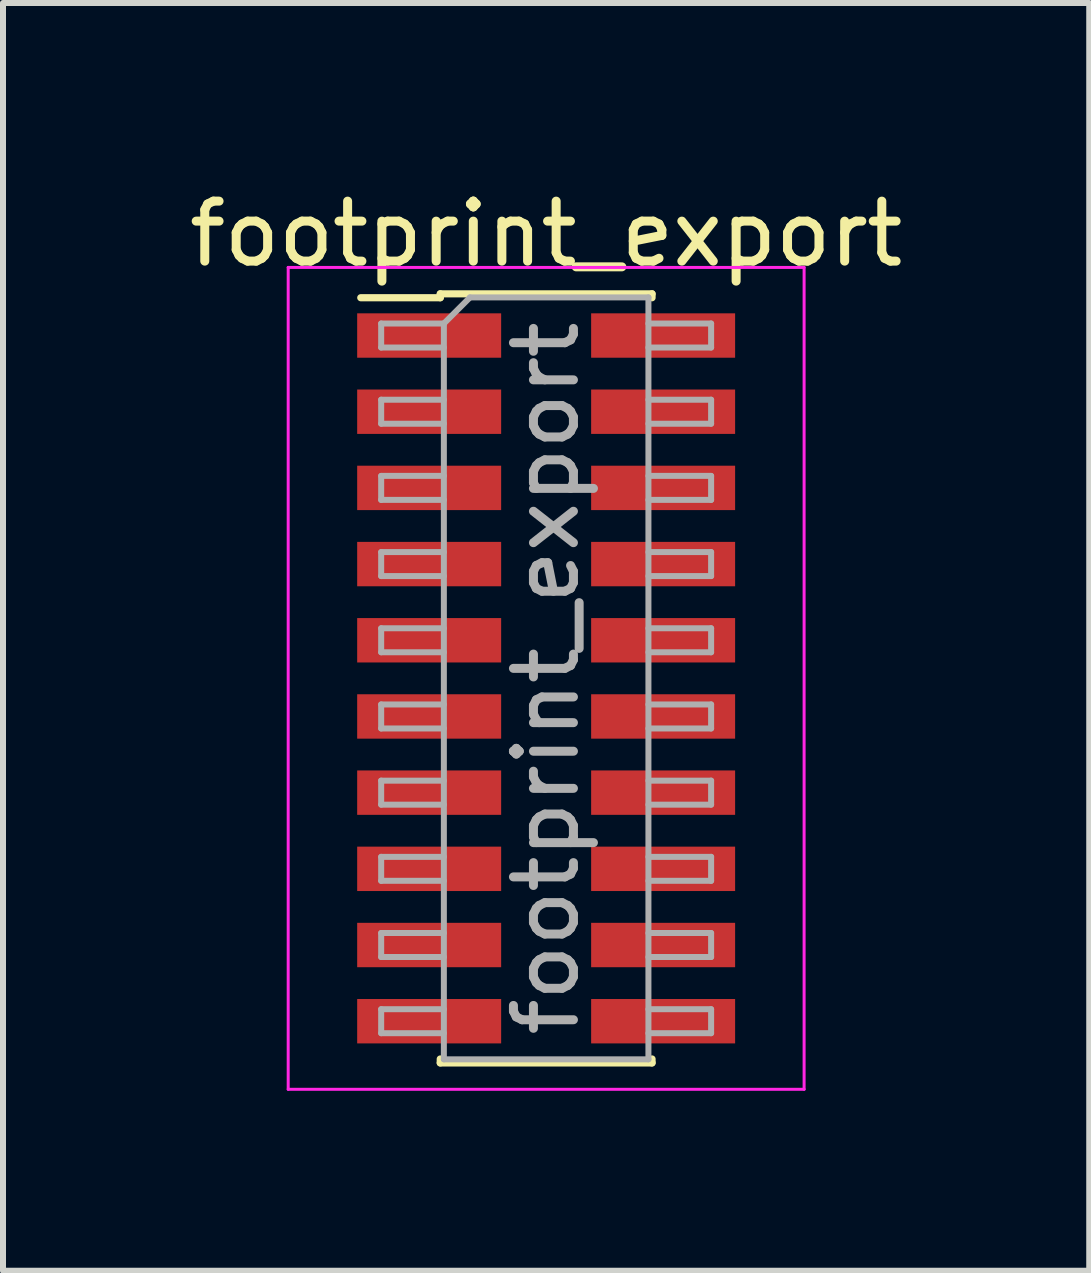
<source format=kicad_pcb>
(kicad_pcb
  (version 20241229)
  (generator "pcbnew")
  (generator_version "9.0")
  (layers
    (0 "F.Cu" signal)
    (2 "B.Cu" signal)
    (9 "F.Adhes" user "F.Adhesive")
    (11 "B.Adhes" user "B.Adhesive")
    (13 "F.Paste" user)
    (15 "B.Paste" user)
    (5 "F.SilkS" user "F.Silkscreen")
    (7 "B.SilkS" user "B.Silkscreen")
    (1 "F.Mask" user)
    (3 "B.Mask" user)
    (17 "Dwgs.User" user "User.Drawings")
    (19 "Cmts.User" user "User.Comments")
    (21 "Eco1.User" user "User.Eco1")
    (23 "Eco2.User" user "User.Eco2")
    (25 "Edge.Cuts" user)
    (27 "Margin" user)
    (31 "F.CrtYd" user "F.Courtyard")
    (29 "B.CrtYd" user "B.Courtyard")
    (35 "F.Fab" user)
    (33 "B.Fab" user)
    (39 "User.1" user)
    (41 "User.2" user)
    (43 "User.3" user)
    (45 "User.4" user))
  (footprint "footprint_export"
    (layer "F.Cu")
    (at 6.054 8.258)
    (property "Reference" "footprint_export" (at 0 -7.41 0) (layer "F.SilkS") (effects (font (size 1 1) (thickness 0.15))))
    (attr smd)
    (fp_line (start -3.09 -6.345) (end -1.765 -6.345) (stroke (width 0.12) (type solid)) (layer "F.SilkS"))
    (fp_line (start -1.765 -6.41) (end -1.765 -6.345) (stroke (width 0.12) (type solid)) (layer "F.SilkS"))
    (fp_line (start -1.765 -6.41) (end 1.765 -6.41) (stroke (width 0.12) (type solid)) (layer "F.SilkS"))
    (fp_line (start -1.765 6.345) (end -1.765 6.41) (stroke (width 0.12) (type solid)) (layer "F.SilkS"))
    (fp_line (start -1.765 6.41) (end 1.765 6.41) (stroke (width 0.12) (type solid)) (layer "F.SilkS"))
    (fp_line (start 1.765 -6.41) (end 1.765 -6.345) (stroke (width 0.12) (type solid)) (layer "F.SilkS"))
    (fp_line (start 1.765 6.345) (end 1.765 6.41) (stroke (width 0.12) (type solid)) (layer "F.SilkS"))
    (fp_line (start -4.3 -6.85) (end -4.3 6.85) (stroke (width 0.05) (type solid)) (layer "F.CrtYd"))
    (fp_line (start -4.3 6.85) (end 4.3 6.85) (stroke (width 0.05) (type solid)) (layer "F.CrtYd"))
    (fp_line (start 4.3 -6.85) (end -4.3 -6.85) (stroke (width 0.05) (type solid)) (layer "F.CrtYd"))
    (fp_line (start 4.3 6.85) (end 4.3 -6.85) (stroke (width 0.05) (type solid)) (layer "F.CrtYd"))
    (fp_line (start -2.75 -5.915) (end -2.75 -5.515) (stroke (width 0.1) (type solid)) (layer "F.Fab"))
    (fp_line (start -2.75 -5.515) (end -1.705 -5.515) (stroke (width 0.1) (type solid)) (layer "F.Fab"))
    (fp_line (start -2.75 -4.645) (end -2.75 -4.245) (stroke (width 0.1) (type solid)) (layer "F.Fab"))
    (fp_line (start -2.75 -4.245) (end -1.705 -4.245) (stroke (width 0.1) (type solid)) (layer "F.Fab"))
    (fp_line (start -2.75 -3.375) (end -2.75 -2.975) (stroke (width 0.1) (type solid)) (layer "F.Fab"))
    (fp_line (start -2.75 -2.975) (end -1.705 -2.975) (stroke (width 0.1) (type solid)) (layer "F.Fab"))
    (fp_line (start -2.75 -2.105) (end -2.75 -1.705) (stroke (width 0.1) (type solid)) (layer "F.Fab"))
    (fp_line (start -2.75 -1.705) (end -1.705 -1.705) (stroke (width 0.1) (type solid)) (layer "F.Fab"))
    (fp_line (start -2.75 -0.835) (end -2.75 -0.435) (stroke (width 0.1) (type solid)) (layer "F.Fab"))
    (fp_line (start -2.75 -0.435) (end -1.705 -0.435) (stroke (width 0.1) (type solid)) (layer "F.Fab"))
    (fp_line (start -2.75 0.435) (end -2.75 0.835) (stroke (width 0.1) (type solid)) (layer "F.Fab"))
    (fp_line (start -2.75 0.835) (end -1.705 0.835) (stroke (width 0.1) (type solid)) (layer "F.Fab"))
    (fp_line (start -2.75 1.705) (end -2.75 2.105) (stroke (width 0.1) (type solid)) (layer "F.Fab"))
    (fp_line (start -2.75 2.105) (end -1.705 2.105) (stroke (width 0.1) (type solid)) (layer "F.Fab"))
    (fp_line (start -2.75 2.975) (end -2.75 3.375) (stroke (width 0.1) (type solid)) (layer "F.Fab"))
    (fp_line (start -2.75 3.375) (end -1.705 3.375) (stroke (width 0.1) (type solid)) (layer "F.Fab"))
    (fp_line (start -2.75 4.245) (end -2.75 4.645) (stroke (width 0.1) (type solid)) (layer "F.Fab"))
    (fp_line (start -2.75 4.645) (end -1.705 4.645) (stroke (width 0.1) (type solid)) (layer "F.Fab"))
    (fp_line (start -2.75 5.515) (end -2.75 5.915) (stroke (width 0.1) (type solid)) (layer "F.Fab"))
    (fp_line (start -2.75 5.915) (end -1.705 5.915) (stroke (width 0.1) (type solid)) (layer "F.Fab"))
    (fp_line (start -1.705 -5.915) (end -2.75 -5.915) (stroke (width 0.1) (type solid)) (layer "F.Fab"))
    (fp_line (start -1.705 -5.915) (end -1.27 -6.35) (stroke (width 0.1) (type solid)) (layer "F.Fab"))
    (fp_line (start -1.705 -4.645) (end -2.75 -4.645) (stroke (width 0.1) (type solid)) (layer "F.Fab"))
    (fp_line (start -1.705 -3.375) (end -2.75 -3.375) (stroke (width 0.1) (type solid)) (layer "F.Fab"))
    (fp_line (start -1.705 -2.105) (end -2.75 -2.105) (stroke (width 0.1) (type solid)) (layer "F.Fab"))
    (fp_line (start -1.705 -0.835) (end -2.75 -0.835) (stroke (width 0.1) (type solid)) (layer "F.Fab"))
    (fp_line (start -1.705 0.435) (end -2.75 0.435) (stroke (width 0.1) (type solid)) (layer "F.Fab"))
    (fp_line (start -1.705 1.705) (end -2.75 1.705) (stroke (width 0.1) (type solid)) (layer "F.Fab"))
    (fp_line (start -1.705 2.975) (end -2.75 2.975) (stroke (width 0.1) (type solid)) (layer "F.Fab"))
    (fp_line (start -1.705 4.245) (end -2.75 4.245) (stroke (width 0.1) (type solid)) (layer "F.Fab"))
    (fp_line (start -1.705 5.515) (end -2.75 5.515) (stroke (width 0.1) (type solid)) (layer "F.Fab"))
    (fp_line (start -1.705 6.35) (end -1.705 -5.915) (stroke (width 0.1) (type solid)) (layer "F.Fab"))
    (fp_line (start -1.27 -6.35) (end 1.705 -6.35) (stroke (width 0.1) (type solid)) (layer "F.Fab"))
    (fp_line (start 1.705 -6.35) (end 1.705 6.35) (stroke (width 0.1) (type solid)) (layer "F.Fab"))
    (fp_line (start 1.705 -5.915) (end 2.75 -5.915) (stroke (width 0.1) (type solid)) (layer "F.Fab"))
    (fp_line (start 1.705 -4.645) (end 2.75 -4.645) (stroke (width 0.1) (type solid)) (layer "F.Fab"))
    (fp_line (start 1.705 -3.375) (end 2.75 -3.375) (stroke (width 0.1) (type solid)) (layer "F.Fab"))
    (fp_line (start 1.705 -2.105) (end 2.75 -2.105) (stroke (width 0.1) (type solid)) (layer "F.Fab"))
    (fp_line (start 1.705 -0.835) (end 2.75 -0.835) (stroke (width 0.1) (type solid)) (layer "F.Fab"))
    (fp_line (start 1.705 0.435) (end 2.75 0.435) (stroke (width 0.1) (type solid)) (layer "F.Fab"))
    (fp_line (start 1.705 1.705) (end 2.75 1.705) (stroke (width 0.1) (type solid)) (layer "F.Fab"))
    (fp_line (start 1.705 2.975) (end 2.75 2.975) (stroke (width 0.1) (type solid)) (layer "F.Fab"))
    (fp_line (start 1.705 4.245) (end 2.75 4.245) (stroke (width 0.1) (type solid)) (layer "F.Fab"))
    (fp_line (start 1.705 5.515) (end 2.75 5.515) (stroke (width 0.1) (type solid)) (layer "F.Fab"))
    (fp_line (start 1.705 6.35) (end -1.705 6.35) (stroke (width 0.1) (type solid)) (layer "F.Fab"))
    (fp_line (start 2.75 -5.915) (end 2.75 -5.515) (stroke (width 0.1) (type solid)) (layer "F.Fab"))
    (fp_line (start 2.75 -5.515) (end 1.705 -5.515) (stroke (width 0.1) (type solid)) (layer "F.Fab"))
    (fp_line (start 2.75 -4.645) (end 2.75 -4.245) (stroke (width 0.1) (type solid)) (layer "F.Fab"))
    (fp_line (start 2.75 -4.245) (end 1.705 -4.245) (stroke (width 0.1) (type solid)) (layer "F.Fab"))
    (fp_line (start 2.75 -3.375) (end 2.75 -2.975) (stroke (width 0.1) (type solid)) (layer "F.Fab"))
    (fp_line (start 2.75 -2.975) (end 1.705 -2.975) (stroke (width 0.1) (type solid)) (layer "F.Fab"))
    (fp_line (start 2.75 -2.105) (end 2.75 -1.705) (stroke (width 0.1) (type solid)) (layer "F.Fab"))
    (fp_line (start 2.75 -1.705) (end 1.705 -1.705) (stroke (width 0.1) (type solid)) (layer "F.Fab"))
    (fp_line (start 2.75 -0.835) (end 2.75 -0.435) (stroke (width 0.1) (type solid)) (layer "F.Fab"))
    (fp_line (start 2.75 -0.435) (end 1.705 -0.435) (stroke (width 0.1) (type solid)) (layer "F.Fab"))
    (fp_line (start 2.75 0.435) (end 2.75 0.835) (stroke (width 0.1) (type solid)) (layer "F.Fab"))
    (fp_line (start 2.75 0.835) (end 1.705 0.835) (stroke (width 0.1) (type solid)) (layer "F.Fab"))
    (fp_line (start 2.75 1.705) (end 2.75 2.105) (stroke (width 0.1) (type solid)) (layer "F.Fab"))
    (fp_line (start 2.75 2.105) (end 1.705 2.105) (stroke (width 0.1) (type solid)) (layer "F.Fab"))
    (fp_line (start 2.75 2.975) (end 2.75 3.375) (stroke (width 0.1) (type solid)) (layer "F.Fab"))
    (fp_line (start 2.75 3.375) (end 1.705 3.375) (stroke (width 0.1) (type solid)) (layer "F.Fab"))
    (fp_line (start 2.75 4.245) (end 2.75 4.645) (stroke (width 0.1) (type solid)) (layer "F.Fab"))
    (fp_line (start 2.75 4.645) (end 1.705 4.645) (stroke (width 0.1) (type solid)) (layer "F.Fab"))
    (fp_line (start 2.75 5.515) (end 2.75 5.915) (stroke (width 0.1) (type solid)) (layer "F.Fab"))
    (fp_line (start 2.75 5.915) (end 1.705 5.915) (stroke (width 0.1) (type solid)) (layer "F.Fab"))
    (fp_text user "${REFERENCE}" (at 0 0 90) (layer "F.Fab") (effects (font (size 1 1) (thickness 0.15))))
    (pad "1" smd rect (at -1.95 -5.715) (size 2.4 0.74) (layers "F.Cu" "F.Mask" "F.Paste"))
    (pad "2" smd rect (at 1.95 -5.715) (size 2.4 0.74) (layers "F.Cu" "F.Mask" "F.Paste"))
    (pad "3" smd rect (at -1.95 -4.445) (size 2.4 0.74) (layers "F.Cu" "F.Mask" "F.Paste"))
    (pad "4" smd rect (at 1.95 -4.445) (size 2.4 0.74) (layers "F.Cu" "F.Mask" "F.Paste"))
    (pad "5" smd rect (at -1.95 -3.175) (size 2.4 0.74) (layers "F.Cu" "F.Mask" "F.Paste"))
    (pad "6" smd rect (at 1.95 -3.175) (size 2.4 0.74) (layers "F.Cu" "F.Mask" "F.Paste"))
    (pad "7" smd rect (at -1.95 -1.905) (size 2.4 0.74) (layers "F.Cu" "F.Mask" "F.Paste"))
    (pad "8" smd rect (at 1.95 -1.905) (size 2.4 0.74) (layers "F.Cu" "F.Mask" "F.Paste"))
    (pad "9" smd rect (at -1.95 -0.635) (size 2.4 0.74) (layers "F.Cu" "F.Mask" "F.Paste"))
    (pad "10" smd rect (at 1.95 -0.635) (size 2.4 0.74) (layers "F.Cu" "F.Mask" "F.Paste"))
    (pad "11" smd rect (at -1.95 0.635) (size 2.4 0.74) (layers "F.Cu" "F.Mask" "F.Paste"))
    (pad "12" smd rect (at 1.95 0.635) (size 2.4 0.74) (layers "F.Cu" "F.Mask" "F.Paste"))
    (pad "13" smd rect (at -1.95 1.905) (size 2.4 0.74) (layers "F.Cu" "F.Mask" "F.Paste"))
    (pad "14" smd rect (at 1.95 1.905) (size 2.4 0.74) (layers "F.Cu" "F.Mask" "F.Paste"))
    (pad "15" smd rect (at -1.95 3.175) (size 2.4 0.74) (layers "F.Cu" "F.Mask" "F.Paste"))
    (pad "16" smd rect (at 1.95 3.175) (size 2.4 0.74) (layers "F.Cu" "F.Mask" "F.Paste"))
    (pad "17" smd rect (at -1.95 4.445) (size 2.4 0.74) (layers "F.Cu" "F.Mask" "F.Paste"))
    (pad "18" smd rect (at 1.95 4.445) (size 2.4 0.74) (layers "F.Cu" "F.Mask" "F.Paste"))
    (pad "19" smd rect (at -1.95 5.715) (size 2.4 0.74) (layers "F.Cu" "F.Mask" "F.Paste"))
    (pad "20" smd rect (at 1.95 5.715) (size 2.4 0.74) (layers "F.Cu" "F.Mask" "F.Paste")))
  (gr_rect
    (start -3 -3)
    (end 15.107 18.133)
    (stroke (width 0.1) (type default))
    (fill no)
    (layer "Edge.Cuts")))
</source>
